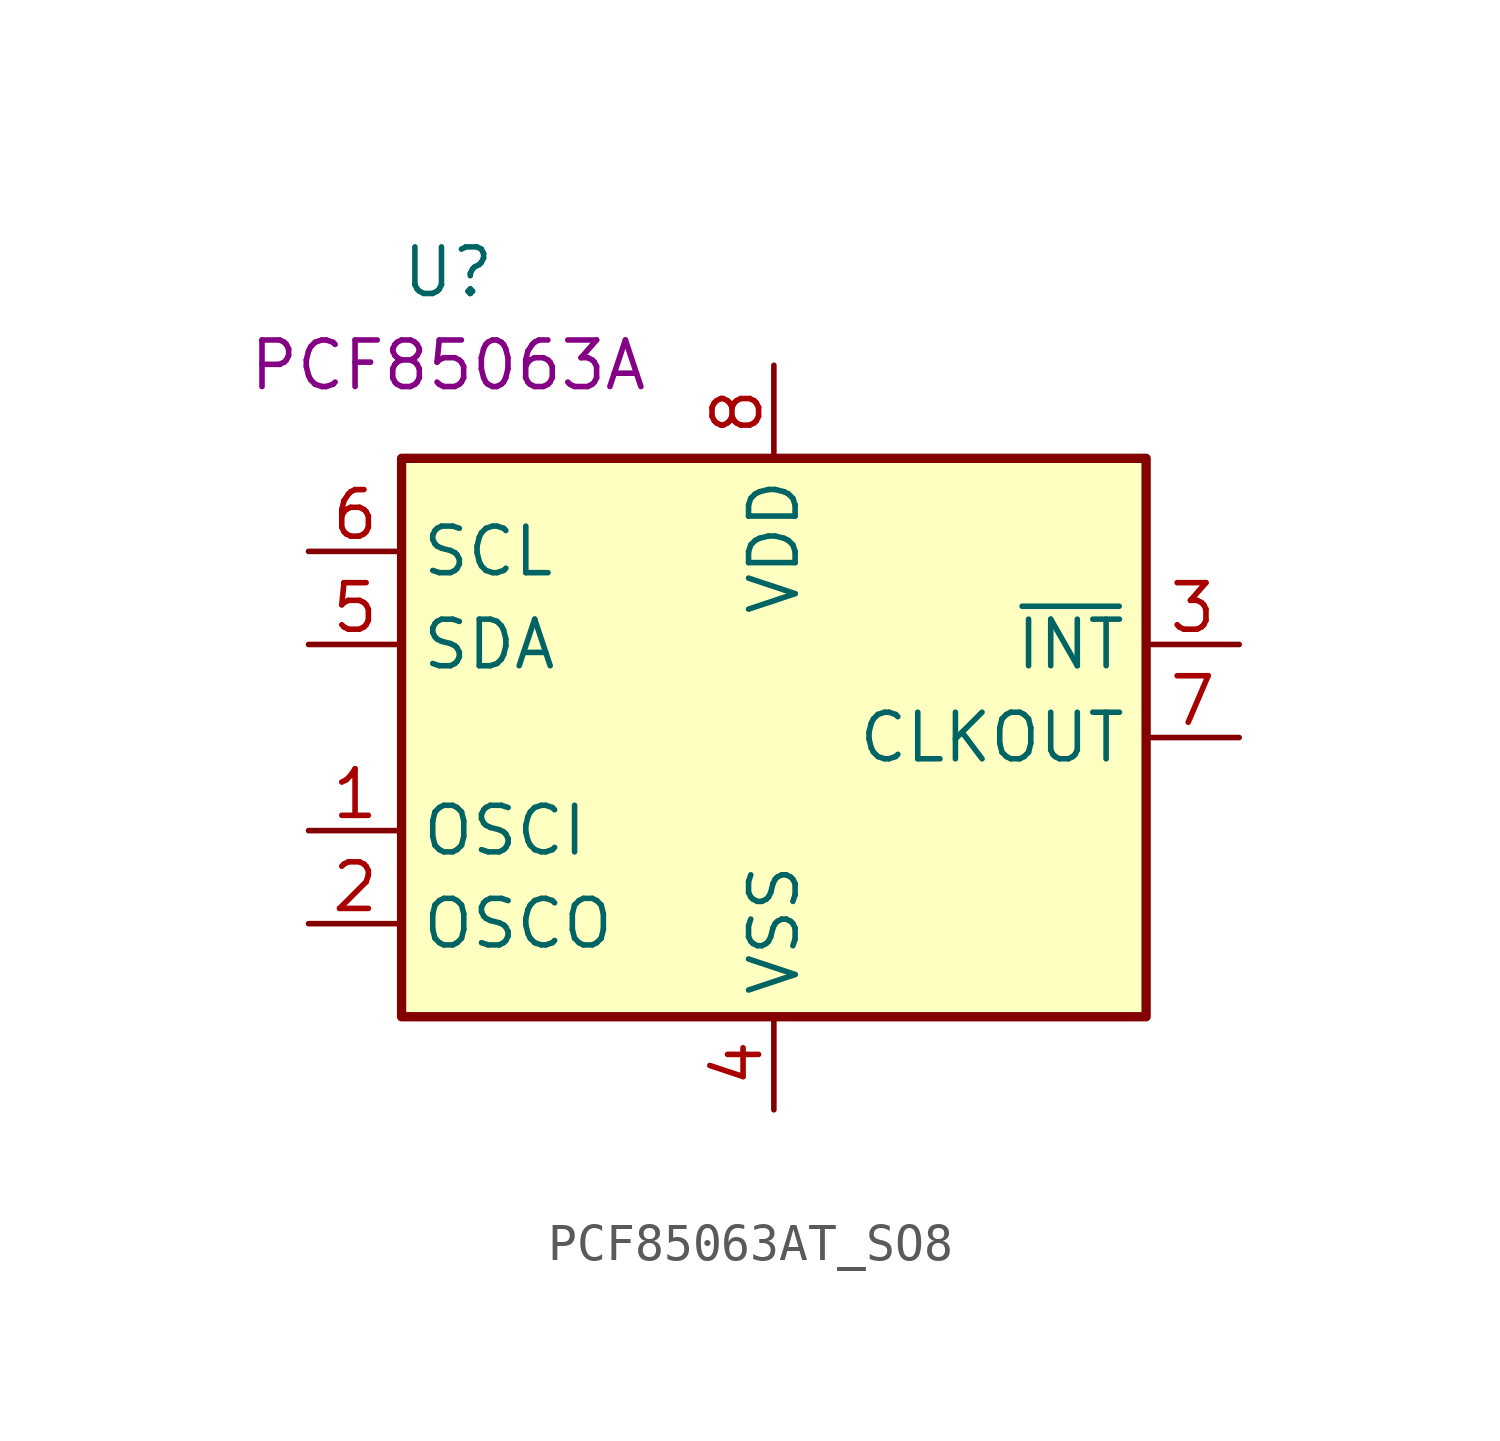
<source format=kicad_sym>
(kicad_symbol_lib
  (version 20220914)
  (generator kicad_symbol_editor)
  (symbol "PCF85063AT_SO8"
    (property "Reference" "U"
      (at -8.89 12.7 0)
      (effects (font (size 1.27 1.27))))
    (property "UserValue" "PCF85063A"
      (at -8.89 10.16 0)
      (effects (font (size 1.27 1.27))))
    (symbol "PCF85063AT_SO8_0_1"
      (rectangle (start -10.16 7.62) (end 10.16 -7.62) (stroke (width 0.254) (type default)) (fill (type background))))
    (symbol "PCF85063AT_SO8_1_1"
      (pin input line (at -12.7 -2.54 0) (length 2.54) (name "OSCI" (effects (font (size 1.27 1.27)))) (number "1" (effects (font (size 1.27 1.27)))))
      (pin output line (at -12.7 -5.08 0) (length 2.54) (name "OSCO" (effects (font (size 1.27 1.27)))) (number "2" (effects (font (size 1.27 1.27)))))
      (pin output line (at 12.7 2.54 180) (length 2.54) (name "~{INT}" (effects (font (size 1.27 1.27)))) (number "3" (effects (font (size 1.27 1.27)))))
      (pin power_in line (at 0 -10.16 90) (length 2.54) (name "VSS" (effects (font (size 1.27 1.27)))) (number "4" (effects (font (size 1.27 1.27)))))
      (pin bidirectional line (at -12.7 2.54 0) (length 2.54) (name "SDA" (effects (font (size 1.27 1.27)))) (number "5" (effects (font (size 1.27 1.27)))))
      (pin input line (at -12.7 5.08 0) (length 2.54) (name "SCL" (effects (font (size 1.27 1.27)))) (number "6" (effects (font (size 1.27 1.27)))))
      (pin output line (at 12.7 0 180) (length 2.54) (name "CLKOUT" (effects (font (size 1.27 1.27)))) (number "7" (effects (font (size 1.27 1.27)))))
      (pin power_in line (at 0 10.16 270) (length 2.54) (name "VDD" (effects (font (size 1.27 1.27)))) (number "8" (effects (font (size 1.27 1.27))))))))
</source>
